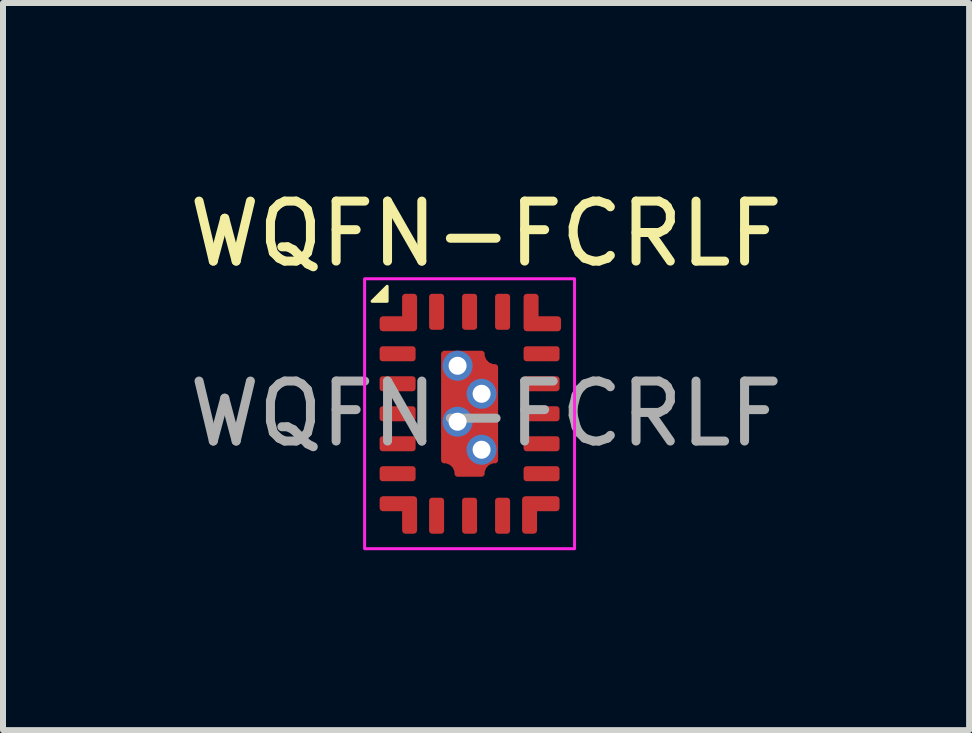
<source format=kicad_pcb>
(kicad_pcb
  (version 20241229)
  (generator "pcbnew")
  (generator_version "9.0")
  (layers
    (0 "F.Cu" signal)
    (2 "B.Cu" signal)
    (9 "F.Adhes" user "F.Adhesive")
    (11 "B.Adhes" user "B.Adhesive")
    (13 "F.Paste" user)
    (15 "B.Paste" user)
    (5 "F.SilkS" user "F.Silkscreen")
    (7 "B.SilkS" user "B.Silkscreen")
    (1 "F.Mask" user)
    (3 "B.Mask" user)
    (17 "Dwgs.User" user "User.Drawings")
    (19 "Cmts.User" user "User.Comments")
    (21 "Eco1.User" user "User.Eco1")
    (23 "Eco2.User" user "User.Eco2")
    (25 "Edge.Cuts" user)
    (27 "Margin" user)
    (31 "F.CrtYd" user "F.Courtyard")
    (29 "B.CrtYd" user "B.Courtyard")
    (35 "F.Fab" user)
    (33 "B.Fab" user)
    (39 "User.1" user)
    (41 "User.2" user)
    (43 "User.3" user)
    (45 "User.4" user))
  (footprint "WQFN-FCRLF"
    (layer "F.Cu")
    (at 4.779 3.848)
    (property "Reference" "WQFN-FCRLF" (at 0.275 -3 0) (unlocked yes) (layer "F.SilkS") (effects (font (size 1 1) (thickness 0.15))))
    (attr smd)
    (fp_poly (pts (xy -1.375 -1.875) (xy -1.375 -2.125) (xy -1.625 -1.875)) (stroke (width 0.05) (type solid)) (fill yes) (layer "F.SilkS"))
    (fp_rect (start -1.75 -2.25) (end 1.75 2.25) (stroke (width 0.05) (type solid)) (fill no) (layer "F.CrtYd"))
    (fp_text user "${REFERENCE}" (at 0.275 0 0) (unlocked yes) (layer "F.Fab") (effects (font (size 1 1) (thickness 0.15))))
    (pad "1" smd custom (at -1.025 -1.525 90) (size 0.25 0.25) (layers "F.Cu" "F.Mask" "F.Paste") (options (anchor circle)) (primitives (gr_poly (pts (xy 0.425 0.1) (xy -0.1 0.1) (xy -0.1 -0.425) (xy 0.05 -0.425) (xy 0.05 -0.05) (xy 0.425 -0.05)) (width 0.1) (fill yes))))
    (pad "2" smd roundrect (at -1.2 -1) (size 0.6 0.25) (layers "F.Cu" "F.Mask" "F.Paste") (roundrect_rratio 0.2))
    (pad "3" smd roundrect (at -1.2 -0.5) (size 0.6 0.25) (layers "F.Cu" "F.Mask" "F.Paste") (roundrect_rratio 0.2))
    (pad "4" smd roundrect (at -1.2 0) (size 0.6 0.25) (layers "F.Cu" "F.Mask" "F.Paste") (roundrect_rratio 0.2))
    (pad "5" smd roundrect (at -1.2 0.5) (size 0.6 0.25) (layers "F.Cu" "F.Mask" "F.Paste") (roundrect_rratio 0.2))
    (pad "6" smd roundrect (at -1.2 1) (size 0.6 0.25) (layers "F.Cu" "F.Mask" "F.Paste") (roundrect_rratio 0.2))
    (pad "7" smd custom (at -1.025 1.525) (size 0.25 0.25) (layers "F.Cu" "F.Mask" "F.Paste") (options (anchor circle)) (primitives (gr_poly (pts (xy -0.425 -0.1) (xy 0.1 -0.1) (xy 0.1 0.425) (xy -0.05 0.425) (xy -0.05 0.05) (xy -0.425 0.05)) (width 0.1) (fill yes))))
    (pad "8" smd roundrect (at -0.55 1.7 90) (size 0.6 0.25) (layers "F.Cu" "F.Mask" "F.Paste") (roundrect_rratio 0.2))
    (pad "9" smd roundrect (at 0 1.7 90) (size 0.6 0.25) (layers "F.Cu" "F.Mask" "F.Paste") (roundrect_rratio 0.2))
    (pad "10" smd roundrect (at 0.55 1.7 90) (size 0.6 0.25) (layers "F.Cu" "F.Mask" "F.Paste") (roundrect_rratio 0.2))
    (pad "11" smd custom (at 1.025 1.525 270) (size 0.25 0.25) (layers "F.Cu" "F.Mask" "F.Paste") (options (anchor circle)) (primitives (gr_poly (pts (xy 0.425 0.1) (xy -0.1 0.1) (xy -0.1 -0.425) (xy 0.05 -0.425) (xy 0.05 -0.05) (xy 0.425 -0.05)) (width 0.1) (fill yes))))
    (pad "12" smd roundrect (at 1.2 1 180) (size 0.6 0.25) (layers "F.Cu" "F.Mask" "F.Paste") (roundrect_rratio 0.2))
    (pad "13" smd roundrect (at 1.2 0.5 180) (size 0.6 0.25) (layers "F.Cu" "F.Mask" "F.Paste") (roundrect_rratio 0.2))
    (pad "14" smd roundrect (at 1.2 0 180) (size 0.6 0.25) (layers "F.Cu" "F.Mask" "F.Paste") (roundrect_rratio 0.2))
    (pad "15" smd roundrect (at 1.2 -0.5 180) (size 0.6 0.25) (layers "F.Cu" "F.Mask" "F.Paste") (roundrect_rratio 0.2))
    (pad "16" smd roundrect (at 1.2 -1 180) (size 0.6 0.25) (layers "F.Cu" "F.Mask" "F.Paste") (roundrect_rratio 0.2))
    (pad "17" smd custom (at 1.075 -1.525 180) (size 0.25 0.25) (layers "F.Cu" "F.Mask" "F.Paste") (options (anchor circle)) (primitives (gr_poly (pts (xy -0.4 -0.1) (xy 0.125 -0.1) (xy 0.125 0.425) (xy -0.025 0.425) (xy -0.025 0.05) (xy -0.4 0.05)) (width 0.1) (fill yes))))
    (pad "18" smd roundrect (at 0.55 -1.7 270) (size 0.6 0.25) (layers "F.Cu" "F.Mask" "F.Paste") (roundrect_rratio 0.2))
    (pad "19" smd roundrect (at 0 -1.7 270) (size 0.6 0.25) (layers "F.Cu" "F.Mask" "F.Paste") (roundrect_rratio 0.2))
    (pad "20" smd roundrect (at -0.55 -1.7 90) (size 0.6 0.25) (layers "F.Cu" "F.Mask" "F.Paste") (roundrect_rratio 0.2))
    (pad "21" thru_hole circle (at -0.2 -0.8) (size 0.5 0.5) (drill 0.3) (layers "*.Cu" "*.Mask"))
    (pad "21" thru_hole circle (at -0.2 0.133) (size 0.5 0.5) (drill 0.3) (layers "*.Cu" "*.Mask"))
    (pad "21" smd custom (at 0 -0.125 90) (size 0.25 0.25) (layers "F.Cu" "F.Mask" "F.Paste") (options (anchor rect)) (primitives (gr_poly (pts (xy 0.875 -0.425) (xy -0.902 -0.425) (xy -0.967 -0.267) (xy -1.125 -0.202) (xy -1.125 0.202) (xy -0.967 0.267) (xy -0.9 0.425) (xy 0.65 0.425) (xy 0.717 0.267) (xy 0.875 0.202)) (width 0.01) (fill yes)) (gr_line (start -1.125 -0.202) (end -1.125 0.202) (width 0.1)) (gr_arc (start -0.902001 -0.425001) (mid -0.967316 -0.267316) (end -1.125001 -0.202001) (width 0.1)) (gr_arc (start -1.125001 0.202001) (mid -0.967316 0.267316) (end -0.902001 0.425001) (width 0.1)) (gr_arc (start 0.652 0.425) (mid 0.717315 0.267315) (end 0.875 0.202) (width 0.1)) (gr_line (start 0.875 0.202) (end 0.875 -0.425) (width 0.1)) (gr_line (start -0.902 0.425) (end 0.65 0.425) (width 0.1)) (gr_line (start 0.875 -0.425) (end -0.902 -0.425) (width 0.1))))
    (pad "21" thru_hole circle (at 0.2 -0.333) (size 0.5 0.5) (drill 0.3) (layers "*.Cu" "*.Mask"))
    (pad "21" thru_hole circle (at 0.2 0.6) (size 0.5 0.5) (drill 0.3) (layers "*.Cu" "*.Mask")))
  (gr_rect
    (start -3 -3)
    (end 13.107 9.123)
    (stroke (width 0.1) (type default))
    (fill no)
    (layer "Edge.Cuts")))
</source>
